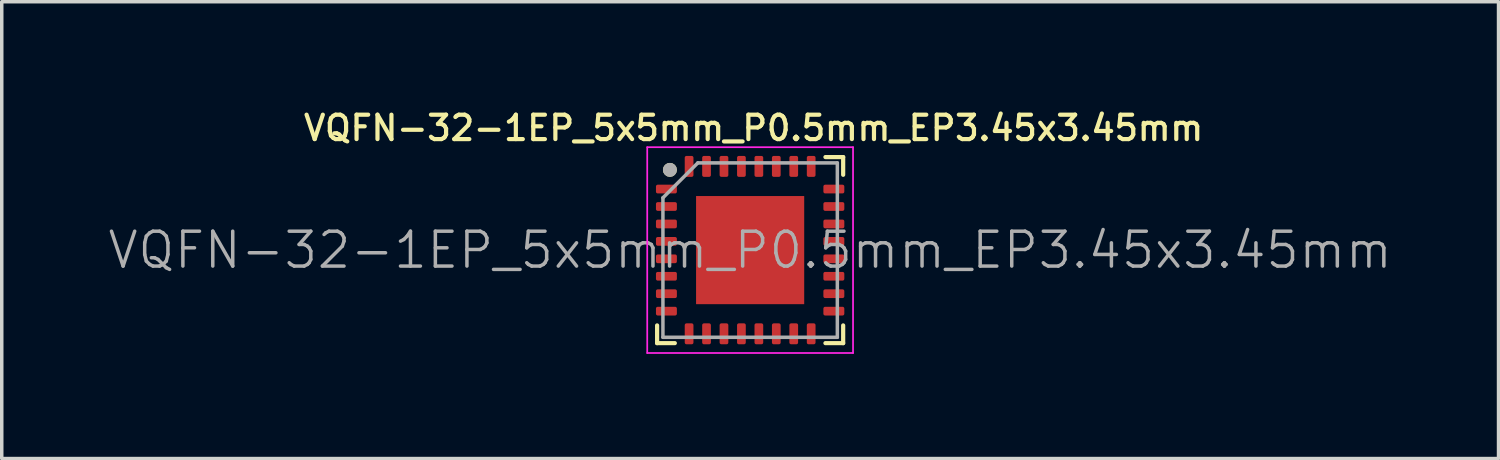
<source format=kicad_pcb>
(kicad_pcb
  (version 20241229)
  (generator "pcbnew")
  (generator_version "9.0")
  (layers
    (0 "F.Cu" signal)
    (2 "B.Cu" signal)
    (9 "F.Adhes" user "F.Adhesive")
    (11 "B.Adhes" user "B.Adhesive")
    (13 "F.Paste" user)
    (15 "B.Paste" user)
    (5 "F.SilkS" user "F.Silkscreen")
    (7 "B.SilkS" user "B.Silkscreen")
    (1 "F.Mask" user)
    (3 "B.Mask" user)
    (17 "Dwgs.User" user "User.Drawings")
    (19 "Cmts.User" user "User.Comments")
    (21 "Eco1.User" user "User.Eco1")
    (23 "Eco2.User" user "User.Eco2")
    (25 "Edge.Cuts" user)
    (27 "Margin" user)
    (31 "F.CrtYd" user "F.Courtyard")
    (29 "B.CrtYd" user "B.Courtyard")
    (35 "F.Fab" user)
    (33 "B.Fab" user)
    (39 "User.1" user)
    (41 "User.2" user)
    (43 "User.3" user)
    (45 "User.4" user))
  (footprint "VQFN-32-1EP_5x5mm_P0.5mm_EP3.45x3.45mm"
    (layer "F.Cu")
    (at 18.455 4.12)
    (property "Reference" "VQFN-32-1EP_5x5mm_P0.5mm_EP3.45x3.45mm" (at 0.1 -3.5 0) (layer "F.SilkS") (effects (font (size 0.7 0.7) (thickness 0.12))))
    (attr smd)
    (fp_line (start -2.667 2.667) (end -2.667 2.159) (stroke (width 0.12) (type solid)) (layer "F.SilkS"))
    (fp_line (start -2.159 2.667) (end -2.667 2.667) (stroke (width 0.12) (type solid)) (layer "F.SilkS"))
    (fp_line (start 2.159 -2.667) (end 2.667 -2.667) (stroke (width 0.12) (type solid)) (layer "F.SilkS"))
    (fp_line (start 2.667 -2.667) (end 2.667 -2.159) (stroke (width 0.12) (type solid)) (layer "F.SilkS"))
    (fp_line (start 2.667 2.159) (end 2.667 2.667) (stroke (width 0.12) (type solid)) (layer "F.SilkS"))
    (fp_line (start 2.667 2.667) (end 2.159 2.667) (stroke (width 0.12) (type solid)) (layer "F.SilkS"))
    (fp_circle (center -2.3 -2.3) (end -2.2 -2.3) (stroke (width 0.2) (type solid)) (fill no) (layer "F.SilkS"))
    (fp_line (start -2.95 -2.95) (end 2.95 -2.95) (stroke (width 0.05) (type solid)) (layer "F.CrtYd"))
    (fp_line (start -2.95 2.95) (end -2.95 -2.95) (stroke (width 0.05) (type solid)) (layer "F.CrtYd"))
    (fp_line (start 2.95 -2.95) (end 2.95 2.95) (stroke (width 0.05) (type solid)) (layer "F.CrtYd"))
    (fp_line (start 2.95 2.95) (end -2.95 2.95) (stroke (width 0.05) (type solid)) (layer "F.CrtYd"))
    (fp_line (start -2.5 -1.5) (end -2.5 2.5) (stroke (width 0.1) (type solid)) (layer "F.Fab"))
    (fp_line (start -1.5 -2.5) (end -2.5 -1.5) (stroke (width 0.1) (type solid)) (layer "F.Fab"))
    (fp_line (start 2.5 -2.5) (end -1.5 -2.5) (stroke (width 0.1) (type solid)) (layer "F.Fab"))
    (fp_line (start 2.5 -2.5) (end 2.5 2.5) (stroke (width 0.1) (type solid)) (layer "F.Fab"))
    (fp_line (start 2.5 2.5) (end -2.5 2.5) (stroke (width 0.1) (type solid)) (layer "F.Fab"))
    (fp_circle (center -2.3 -2.3) (end -2.2 -2.3) (stroke (width 0.2) (type solid)) (fill no) (layer "F.Fab"))
    (fp_text user "${REFERENCE}" (at 0 0 0) (layer "F.Fab") (effects (font (size 1 1) (thickness 0.1))))
    (pad "" smd rect (at -0.775 -0.775) (size 1.23 1.23) (layers "F.Paste"))
    (pad "" smd rect (at -0.775 0.775) (size 1.23 1.23) (layers "F.Paste"))
    (pad "" smd rect (at 0.775 -0.775) (size 1.23 1.23) (layers "F.Paste"))
    (pad "" smd rect (at 0.775 0.775) (size 1.23 1.23) (layers "F.Paste"))
    (pad "1" smd roundrect (at -2.4 -1.75 90) (size 0.25 0.6) (layers "F.Cu" "F.Mask" "F.Paste") (roundrect_rratio 0.2))
    (pad "2" smd roundrect (at -2.4 -1.25 90) (size 0.25 0.6) (layers "F.Cu" "F.Mask" "F.Paste") (roundrect_rratio 0.2))
    (pad "3" smd roundrect (at -2.4 -0.75 90) (size 0.25 0.6) (layers "F.Cu" "F.Mask" "F.Paste") (roundrect_rratio 0.2))
    (pad "4" smd roundrect (at -2.4 -0.25 90) (size 0.25 0.6) (layers "F.Cu" "F.Mask" "F.Paste") (roundrect_rratio 0.2))
    (pad "5" smd roundrect (at -2.4 0.25 90) (size 0.25 0.6) (layers "F.Cu" "F.Mask" "F.Paste") (roundrect_rratio 0.2))
    (pad "6" smd roundrect (at -2.4 0.75 90) (size 0.25 0.6) (layers "F.Cu" "F.Mask" "F.Paste") (roundrect_rratio 0.2))
    (pad "7" smd roundrect (at -2.4 1.25 90) (size 0.25 0.6) (layers "F.Cu" "F.Mask" "F.Paste") (roundrect_rratio 0.2))
    (pad "8" smd roundrect (at -2.4 1.75 90) (size 0.25 0.6) (layers "F.Cu" "F.Mask" "F.Paste") (roundrect_rratio 0.2))
    (pad "9" smd roundrect (at -1.75 2.4) (size 0.25 0.6) (layers "F.Cu" "F.Mask" "F.Paste") (roundrect_rratio 0.2))
    (pad "10" smd roundrect (at -1.25 2.4) (size 0.25 0.6) (layers "F.Cu" "F.Mask" "F.Paste") (roundrect_rratio 0.2))
    (pad "11" smd roundrect (at -0.75 2.4) (size 0.25 0.6) (layers "F.Cu" "F.Mask" "F.Paste") (roundrect_rratio 0.2))
    (pad "12" smd roundrect (at -0.25 2.4) (size 0.25 0.6) (layers "F.Cu" "F.Mask" "F.Paste") (roundrect_rratio 0.2))
    (pad "13" smd roundrect (at 0.25 2.4) (size 0.25 0.6) (layers "F.Cu" "F.Mask" "F.Paste") (roundrect_rratio 0.2))
    (pad "14" smd roundrect (at 0.75 2.4) (size 0.25 0.6) (layers "F.Cu" "F.Mask" "F.Paste") (roundrect_rratio 0.2))
    (pad "15" smd roundrect (at 1.25 2.4) (size 0.25 0.6) (layers "F.Cu" "F.Mask" "F.Paste") (roundrect_rratio 0.2))
    (pad "16" smd roundrect (at 1.75 2.4) (size 0.25 0.6) (layers "F.Cu" "F.Mask" "F.Paste") (roundrect_rratio 0.2))
    (pad "17" smd roundrect (at 2.4 1.75 90) (size 0.25 0.6) (layers "F.Cu" "F.Mask" "F.Paste") (roundrect_rratio 0.2))
    (pad "18" smd roundrect (at 2.4 1.25 90) (size 0.25 0.6) (layers "F.Cu" "F.Mask" "F.Paste") (roundrect_rratio 0.2))
    (pad "19" smd roundrect (at 2.4 0.75 90) (size 0.25 0.6) (layers "F.Cu" "F.Mask" "F.Paste") (roundrect_rratio 0.2))
    (pad "20" smd roundrect (at 2.4 0.25 90) (size 0.25 0.6) (layers "F.Cu" "F.Mask" "F.Paste") (roundrect_rratio 0.2))
    (pad "21" smd roundrect (at 2.4 -0.25 90) (size 0.25 0.6) (layers "F.Cu" "F.Mask" "F.Paste") (roundrect_rratio 0.2))
    (pad "22" smd roundrect (at 2.4 -0.75 90) (size 0.25 0.6) (layers "F.Cu" "F.Mask" "F.Paste") (roundrect_rratio 0.2))
    (pad "23" smd roundrect (at 2.4 -1.25 90) (size 0.25 0.6) (layers "F.Cu" "F.Mask" "F.Paste") (roundrect_rratio 0.2))
    (pad "24" smd roundrect (at 2.4 -1.75 90) (size 0.25 0.6) (layers "F.Cu" "F.Mask" "F.Paste") (roundrect_rratio 0.2))
    (pad "25" smd roundrect (at 1.75 -2.4) (size 0.25 0.6) (layers "F.Cu" "F.Mask" "F.Paste") (roundrect_rratio 0.2))
    (pad "26" smd roundrect (at 1.25 -2.4) (size 0.25 0.6) (layers "F.Cu" "F.Mask" "F.Paste") (roundrect_rratio 0.2))
    (pad "27" smd roundrect (at 0.75 -2.4) (size 0.25 0.6) (layers "F.Cu" "F.Mask" "F.Paste") (roundrect_rratio 0.2))
    (pad "28" smd roundrect (at 0.25 -2.4) (size 0.25 0.6) (layers "F.Cu" "F.Mask" "F.Paste") (roundrect_rratio 0.2))
    (pad "29" smd roundrect (at -0.25 -2.4) (size 0.25 0.6) (layers "F.Cu" "F.Mask" "F.Paste") (roundrect_rratio 0.2))
    (pad "30" smd roundrect (at -0.75 -2.4) (size 0.25 0.6) (layers "F.Cu" "F.Mask" "F.Paste") (roundrect_rratio 0.2))
    (pad "31" smd roundrect (at -1.25 -2.4) (size 0.25 0.6) (layers "F.Cu" "F.Mask" "F.Paste") (roundrect_rratio 0.2))
    (pad "32" smd roundrect (at -1.75 -2.4) (size 0.25 0.6) (layers "F.Cu" "F.Mask" "F.Paste") (roundrect_rratio 0.2))
    (pad "33" smd rect (at 0 0) (size 3.1 3.1) (layers "F.Cu" "F.Mask")))
  (gr_rect
    (start -3 -3)
    (end 39.91 10.095)
    (stroke (width 0.1) (type default))
    (fill no)
    (layer "Edge.Cuts")))
</source>
